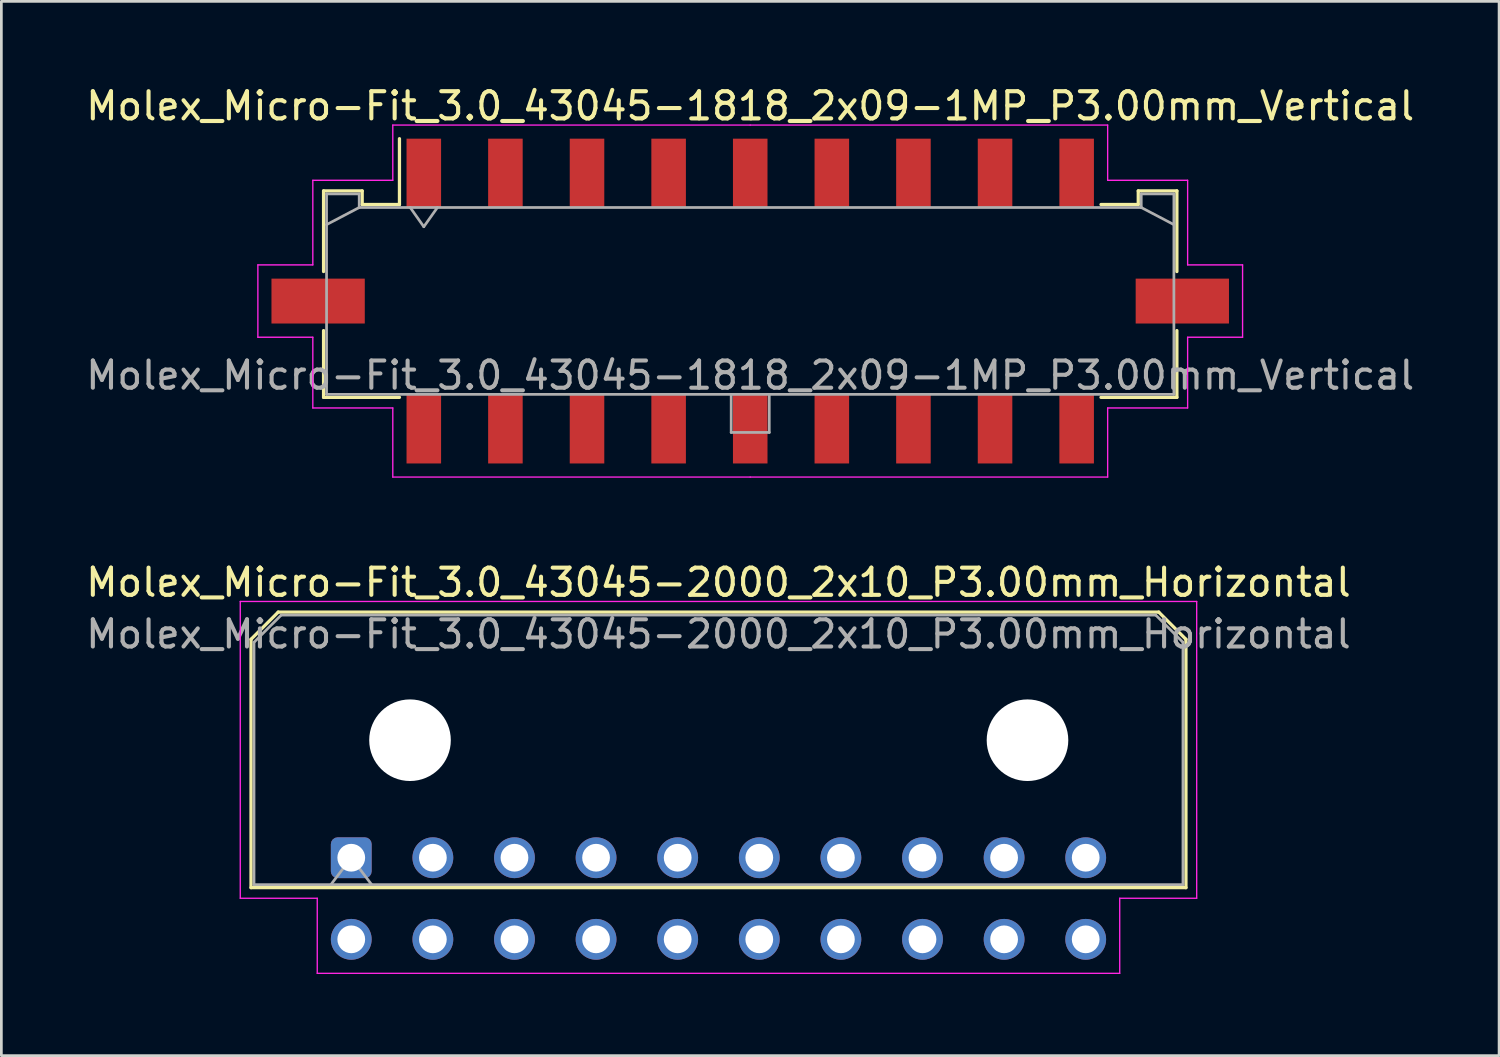
<source format=kicad_pcb>
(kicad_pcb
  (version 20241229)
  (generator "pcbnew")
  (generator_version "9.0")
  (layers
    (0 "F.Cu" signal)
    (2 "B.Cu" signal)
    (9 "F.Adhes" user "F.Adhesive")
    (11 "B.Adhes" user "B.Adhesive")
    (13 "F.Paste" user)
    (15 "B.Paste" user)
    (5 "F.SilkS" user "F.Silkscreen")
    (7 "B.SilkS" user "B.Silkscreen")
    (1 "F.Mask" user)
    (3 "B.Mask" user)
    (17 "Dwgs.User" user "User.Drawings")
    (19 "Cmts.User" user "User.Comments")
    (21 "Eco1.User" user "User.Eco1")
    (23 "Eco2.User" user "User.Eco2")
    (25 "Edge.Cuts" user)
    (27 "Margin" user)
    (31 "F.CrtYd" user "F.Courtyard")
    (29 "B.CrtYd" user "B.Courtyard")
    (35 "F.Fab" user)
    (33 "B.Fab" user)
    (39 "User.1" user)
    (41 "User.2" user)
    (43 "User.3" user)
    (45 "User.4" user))
  (footprint "Molex_Micro-Fit_3.0_43045-2000_2x10_P3.00mm_Horizontal"
    (layer "F.Cu")
    (at 9.863 28.482)
    (property "Reference" "Molex_Micro-Fit_3.0_43045-2000_2x10_P3.00mm_Horizontal" (at 13.5 -10.12 0) (layer "F.SilkS") (effects (font (size 1 1) (thickness 0.15))))
    (attr through_hole)
    (fp_line (start -3.685 -8.03) (end -2.685 -9.03) (stroke (width 0.12) (type solid)) (layer "F.SilkS"))
    (fp_line (start -3.685 1.1) (end -3.685 -8.03) (stroke (width 0.12) (type solid)) (layer "F.SilkS"))
    (fp_line (start -2.685 -9.03) (end 29.685 -9.03) (stroke (width 0.12) (type solid)) (layer "F.SilkS"))
    (fp_line (start 29.685 -9.03) (end 30.685 -8.03) (stroke (width 0.12) (type solid)) (layer "F.SilkS"))
    (fp_line (start 30.685 -8.03) (end 30.685 1.1) (stroke (width 0.12) (type solid)) (layer "F.SilkS"))
    (fp_line (start 30.685 1.1) (end -3.685 1.1) (stroke (width 0.12) (type solid)) (layer "F.SilkS"))
    (fp_line (start -4.08 -9.42) (end 31.08 -9.42) (stroke (width 0.05) (type solid)) (layer "F.CrtYd"))
    (fp_line (start -4.08 1.49) (end -4.08 -9.42) (stroke (width 0.05) (type solid)) (layer "F.CrtYd"))
    (fp_line (start -1.25 1.49) (end -4.08 1.49) (stroke (width 0.05) (type solid)) (layer "F.CrtYd"))
    (fp_line (start -1.25 4.25) (end -1.25 1.49) (stroke (width 0.05) (type solid)) (layer "F.CrtYd"))
    (fp_line (start 28.25 1.49) (end 28.25 4.25) (stroke (width 0.05) (type solid)) (layer "F.CrtYd"))
    (fp_line (start 28.25 4.25) (end -1.25 4.25) (stroke (width 0.05) (type solid)) (layer "F.CrtYd"))
    (fp_line (start 31.08 -9.42) (end 31.08 1.49) (stroke (width 0.05) (type solid)) (layer "F.CrtYd"))
    (fp_line (start 31.08 1.49) (end 28.25 1.49) (stroke (width 0.05) (type solid)) (layer "F.CrtYd"))
    (fp_line (start -3.575 -7.92) (end -2.575 -8.92) (stroke (width 0.1) (type solid)) (layer "F.Fab"))
    (fp_line (start -3.575 0.99) (end -3.575 -7.92) (stroke (width 0.1) (type solid)) (layer "F.Fab"))
    (fp_line (start -2.575 -8.92) (end 29.575 -8.92) (stroke (width 0.1) (type solid)) (layer "F.Fab"))
    (fp_line (start -0.75 0.99) (end 0 0) (stroke (width 0.1) (type solid)) (layer "F.Fab"))
    (fp_line (start 0 0) (end 0.75 0.99) (stroke (width 0.1) (type solid)) (layer "F.Fab"))
    (fp_line (start 29.575 -8.92) (end 30.575 -7.92) (stroke (width 0.1) (type solid)) (layer "F.Fab"))
    (fp_line (start 30.575 -7.92) (end 30.575 0.99) (stroke (width 0.1) (type solid)) (layer "F.Fab"))
    (fp_line (start 30.575 0.99) (end -3.575 0.99) (stroke (width 0.1) (type solid)) (layer "F.Fab"))
    (fp_text user "${REFERENCE}" (at 13.5 -8.22 0) (layer "F.Fab") (effects (font (size 1 1) (thickness 0.15))))
    (pad "" np_thru_hole circle (at 2.16 -4.32) (size 3 3) (drill 3) (layers "*.Cu" "*.Mask"))
    (pad "" np_thru_hole circle (at 24.86 -4.32) (size 3 3) (drill 3) (layers "*.Cu" "*.Mask"))
    (pad "1" thru_hole roundrect (at 0 0) (size 1.5 1.5) (drill 1.02) (layers "*.Cu" "*.Mask") (roundrect_rratio 0.167))
    (pad "2" thru_hole circle (at 3 0) (size 1.5 1.5) (drill 1.02) (layers "*.Cu" "*.Mask"))
    (pad "3" thru_hole circle (at 6 0) (size 1.5 1.5) (drill 1.02) (layers "*.Cu" "*.Mask"))
    (pad "4" thru_hole circle (at 9 0) (size 1.5 1.5) (drill 1.02) (layers "*.Cu" "*.Mask"))
    (pad "5" thru_hole circle (at 12 0) (size 1.5 1.5) (drill 1.02) (layers "*.Cu" "*.Mask"))
    (pad "6" thru_hole circle (at 15 0) (size 1.5 1.5) (drill 1.02) (layers "*.Cu" "*.Mask"))
    (pad "7" thru_hole circle (at 18 0) (size 1.5 1.5) (drill 1.02) (layers "*.Cu" "*.Mask"))
    (pad "8" thru_hole circle (at 21 0) (size 1.5 1.5) (drill 1.02) (layers "*.Cu" "*.Mask"))
    (pad "9" thru_hole circle (at 24 0) (size 1.5 1.5) (drill 1.02) (layers "*.Cu" "*.Mask"))
    (pad "10" thru_hole circle (at 27 0) (size 1.5 1.5) (drill 1.02) (layers "*.Cu" "*.Mask"))
    (pad "11" thru_hole circle (at 0 3) (size 1.5 1.5) (drill 1.02) (layers "*.Cu" "*.Mask"))
    (pad "12" thru_hole circle (at 3 3) (size 1.5 1.5) (drill 1.02) (layers "*.Cu" "*.Mask"))
    (pad "13" thru_hole circle (at 6 3) (size 1.5 1.5) (drill 1.02) (layers "*.Cu" "*.Mask"))
    (pad "14" thru_hole circle (at 9 3) (size 1.5 1.5) (drill 1.02) (layers "*.Cu" "*.Mask"))
    (pad "15" thru_hole circle (at 12 3) (size 1.5 1.5) (drill 1.02) (layers "*.Cu" "*.Mask"))
    (pad "16" thru_hole circle (at 15 3) (size 1.5 1.5) (drill 1.02) (layers "*.Cu" "*.Mask"))
    (pad "17" thru_hole circle (at 18 3) (size 1.5 1.5) (drill 1.02) (layers "*.Cu" "*.Mask"))
    (pad "18" thru_hole circle (at 21 3) (size 1.5 1.5) (drill 1.02) (layers "*.Cu" "*.Mask"))
    (pad "19" thru_hole circle (at 24 3) (size 1.5 1.5) (drill 1.02) (layers "*.Cu" "*.Mask"))
    (pad "20" thru_hole circle (at 27 3) (size 1.5 1.5) (drill 1.02) (layers "*.Cu" "*.Mask")))
  (footprint "Molex_Micro-Fit_3.0_43045-1818_2x09-1MP_P3.00mm_Vertical"
    (layer "F.Cu")
    (at 24.53 8.018)
    (property "Reference" "Molex_Micro-Fit_3.0_43045-1818_2x09-1MP_P3.00mm_Vertical" (at 0 -7.17 0) (layer "F.SilkS") (effects (font (size 1 1) (thickness 0.15))))
    (attr smd)
    (fp_line (start -15.685 -4.05) (end -14.265 -4.05) (stroke (width 0.12) (type solid)) (layer "F.SilkS"))
    (fp_line (start -15.685 -1.085) (end -15.685 -4.05) (stroke (width 0.12) (type solid)) (layer "F.SilkS"))
    (fp_line (start -15.685 1.085) (end -15.685 3.54) (stroke (width 0.12) (type solid)) (layer "F.SilkS"))
    (fp_line (start -15.685 3.54) (end -12.895 3.54) (stroke (width 0.12) (type solid)) (layer "F.SilkS"))
    (fp_line (start -14.265 -4.05) (end -14.265 -3.55) (stroke (width 0.12) (type solid)) (layer "F.SilkS"))
    (fp_line (start -14.265 -3.55) (end -12.895 -3.55) (stroke (width 0.12) (type solid)) (layer "F.SilkS"))
    (fp_line (start -12.895 -3.55) (end -12.895 -5.97) (stroke (width 0.12) (type solid)) (layer "F.SilkS"))
    (fp_line (start 14.265 -4.05) (end 14.265 -3.55) (stroke (width 0.12) (type solid)) (layer "F.SilkS"))
    (fp_line (start 14.265 -3.55) (end 12.895 -3.55) (stroke (width 0.12) (type solid)) (layer "F.SilkS"))
    (fp_line (start 15.685 -4.05) (end 14.265 -4.05) (stroke (width 0.12) (type solid)) (layer "F.SilkS"))
    (fp_line (start 15.685 -1.085) (end 15.685 -4.05) (stroke (width 0.12) (type solid)) (layer "F.SilkS"))
    (fp_line (start 15.685 1.085) (end 15.685 3.54) (stroke (width 0.12) (type solid)) (layer "F.SilkS"))
    (fp_line (start 15.685 3.54) (end 12.895 3.54) (stroke (width 0.12) (type solid)) (layer "F.SilkS"))
    (fp_line (start -18.1 -1.33) (end -18.1 1.33) (stroke (width 0.05) (type solid)) (layer "F.CrtYd"))
    (fp_line (start -18.1 1.33) (end -16.08 1.33) (stroke (width 0.05) (type solid)) (layer "F.CrtYd"))
    (fp_line (start -16.08 -4.44) (end -16.08 -1.33) (stroke (width 0.05) (type solid)) (layer "F.CrtYd"))
    (fp_line (start -16.08 -1.33) (end -18.1 -1.33) (stroke (width 0.05) (type solid)) (layer "F.CrtYd"))
    (fp_line (start -16.08 1.33) (end -16.08 3.93) (stroke (width 0.05) (type solid)) (layer "F.CrtYd"))
    (fp_line (start -16.08 3.93) (end -13.14 3.93) (stroke (width 0.05) (type solid)) (layer "F.CrtYd"))
    (fp_line (start -13.14 -6.47) (end -13.14 -4.44) (stroke (width 0.05) (type solid)) (layer "F.CrtYd"))
    (fp_line (start -13.14 -4.44) (end -16.08 -4.44) (stroke (width 0.05) (type solid)) (layer "F.CrtYd"))
    (fp_line (start -13.14 3.93) (end -13.14 6.47) (stroke (width 0.05) (type solid)) (layer "F.CrtYd"))
    (fp_line (start -13.14 6.47) (end 0 6.47) (stroke (width 0.05) (type solid)) (layer "F.CrtYd"))
    (fp_line (start 0 -6.47) (end -13.14 -6.47) (stroke (width 0.05) (type solid)) (layer "F.CrtYd"))
    (fp_line (start 0 -6.47) (end 13.14 -6.47) (stroke (width 0.05) (type solid)) (layer "F.CrtYd"))
    (fp_line (start 13.14 -6.47) (end 13.14 -4.44) (stroke (width 0.05) (type solid)) (layer "F.CrtYd"))
    (fp_line (start 13.14 -4.44) (end 16.08 -4.44) (stroke (width 0.05) (type solid)) (layer "F.CrtYd"))
    (fp_line (start 13.14 3.93) (end 13.14 6.47) (stroke (width 0.05) (type solid)) (layer "F.CrtYd"))
    (fp_line (start 13.14 6.47) (end 0 6.47) (stroke (width 0.05) (type solid)) (layer "F.CrtYd"))
    (fp_line (start 16.08 -4.44) (end 16.08 -1.33) (stroke (width 0.05) (type solid)) (layer "F.CrtYd"))
    (fp_line (start 16.08 -1.33) (end 18.1 -1.33) (stroke (width 0.05) (type solid)) (layer "F.CrtYd"))
    (fp_line (start 16.08 1.33) (end 16.08 3.93) (stroke (width 0.05) (type solid)) (layer "F.CrtYd"))
    (fp_line (start 16.08 3.93) (end 13.14 3.93) (stroke (width 0.05) (type solid)) (layer "F.CrtYd"))
    (fp_line (start 18.1 -1.33) (end 18.1 1.33) (stroke (width 0.05) (type solid)) (layer "F.CrtYd"))
    (fp_line (start 18.1 1.33) (end 16.08 1.33) (stroke (width 0.05) (type solid)) (layer "F.CrtYd"))
    (fp_line (start -15.575 -3.94) (end -15.575 3.43) (stroke (width 0.1) (type solid)) (layer "F.Fab"))
    (fp_line (start -15.575 -2.81) (end -14.375 -3.44) (stroke (width 0.1) (type solid)) (layer "F.Fab"))
    (fp_line (start -15.575 3.43) (end 15.575 3.43) (stroke (width 0.1) (type solid)) (layer "F.Fab"))
    (fp_line (start -14.375 -3.94) (end -15.575 -3.94) (stroke (width 0.1) (type solid)) (layer "F.Fab"))
    (fp_line (start -14.375 -3.44) (end -14.375 -3.94) (stroke (width 0.1) (type solid)) (layer "F.Fab"))
    (fp_line (start -12.5 -3.44) (end -12 -2.733) (stroke (width 0.1) (type solid)) (layer "F.Fab"))
    (fp_line (start -12 -2.733) (end -11.5 -3.44) (stroke (width 0.1) (type solid)) (layer "F.Fab"))
    (fp_line (start -0.7 3.43) (end -0.7 4.83) (stroke (width 0.1) (type solid)) (layer "F.Fab"))
    (fp_line (start -0.7 4.83) (end 0.7 4.83) (stroke (width 0.1) (type solid)) (layer "F.Fab"))
    (fp_line (start 0.7 4.83) (end 0.7 3.43) (stroke (width 0.1) (type solid)) (layer "F.Fab"))
    (fp_line (start 14.375 -3.94) (end 14.375 -3.44) (stroke (width 0.1) (type solid)) (layer "F.Fab"))
    (fp_line (start 14.375 -3.44) (end -14.375 -3.44) (stroke (width 0.1) (type solid)) (layer "F.Fab"))
    (fp_line (start 15.575 -3.94) (end 14.375 -3.94) (stroke (width 0.1) (type solid)) (layer "F.Fab"))
    (fp_line (start 15.575 -2.81) (end 14.375 -3.44) (stroke (width 0.1) (type solid)) (layer "F.Fab"))
    (fp_line (start 15.575 3.43) (end 15.575 -3.94) (stroke (width 0.1) (type solid)) (layer "F.Fab"))
    (fp_text user "${REFERENCE}" (at 0 2.73 0) (layer "F.Fab") (effects (font (size 1 1) (thickness 0.15))))
    (pad "1" smd rect (at -12 -4.7) (size 1.27 2.54) (layers "F.Cu" "F.Mask" "F.Paste"))
    (pad "2" smd rect (at -9 -4.7) (size 1.27 2.54) (layers "F.Cu" "F.Mask" "F.Paste"))
    (pad "3" smd rect (at -6 -4.7) (size 1.27 2.54) (layers "F.Cu" "F.Mask" "F.Paste"))
    (pad "4" smd rect (at -3 -4.7) (size 1.27 2.54) (layers "F.Cu" "F.Mask" "F.Paste"))
    (pad "5" smd rect (at 0 -4.7) (size 1.27 2.54) (layers "F.Cu" "F.Mask" "F.Paste"))
    (pad "6" smd rect (at 3 -4.7) (size 1.27 2.54) (layers "F.Cu" "F.Mask" "F.Paste"))
    (pad "7" smd rect (at 6 -4.7) (size 1.27 2.54) (layers "F.Cu" "F.Mask" "F.Paste"))
    (pad "8" smd rect (at 9 -4.7) (size 1.27 2.54) (layers "F.Cu" "F.Mask" "F.Paste"))
    (pad "9" smd rect (at 12 -4.7) (size 1.27 2.54) (layers "F.Cu" "F.Mask" "F.Paste"))
    (pad "10" smd rect (at -12 4.7) (size 1.27 2.54) (layers "F.Cu" "F.Mask" "F.Paste"))
    (pad "11" smd rect (at -9 4.7) (size 1.27 2.54) (layers "F.Cu" "F.Mask" "F.Paste"))
    (pad "12" smd rect (at -6 4.7) (size 1.27 2.54) (layers "F.Cu" "F.Mask" "F.Paste"))
    (pad "13" smd rect (at -3 4.7) (size 1.27 2.54) (layers "F.Cu" "F.Mask" "F.Paste"))
    (pad "14" smd rect (at 0 4.7) (size 1.27 2.54) (layers "F.Cu" "F.Mask" "F.Paste"))
    (pad "15" smd rect (at 3 4.7) (size 1.27 2.54) (layers "F.Cu" "F.Mask" "F.Paste"))
    (pad "16" smd rect (at 6 4.7) (size 1.27 2.54) (layers "F.Cu" "F.Mask" "F.Paste"))
    (pad "17" smd rect (at 9 4.7) (size 1.27 2.54) (layers "F.Cu" "F.Mask" "F.Paste"))
    (pad "18" smd rect (at 12 4.7) (size 1.27 2.54) (layers "F.Cu" "F.Mask" "F.Paste"))
    (pad "MP" smd rect (at -15.885 0) (size 3.43 1.65) (layers "F.Cu" "F.Mask" "F.Paste"))
    (pad "MP" smd rect (at 15.885 0) (size 3.43 1.65) (layers "F.Cu" "F.Mask" "F.Paste")))
  (gr_rect
    (start -3 -3)
    (end 52.06 35.757)
    (stroke (width 0.1) (type default))
    (fill no)
    (layer "Edge.Cuts")))
</source>
